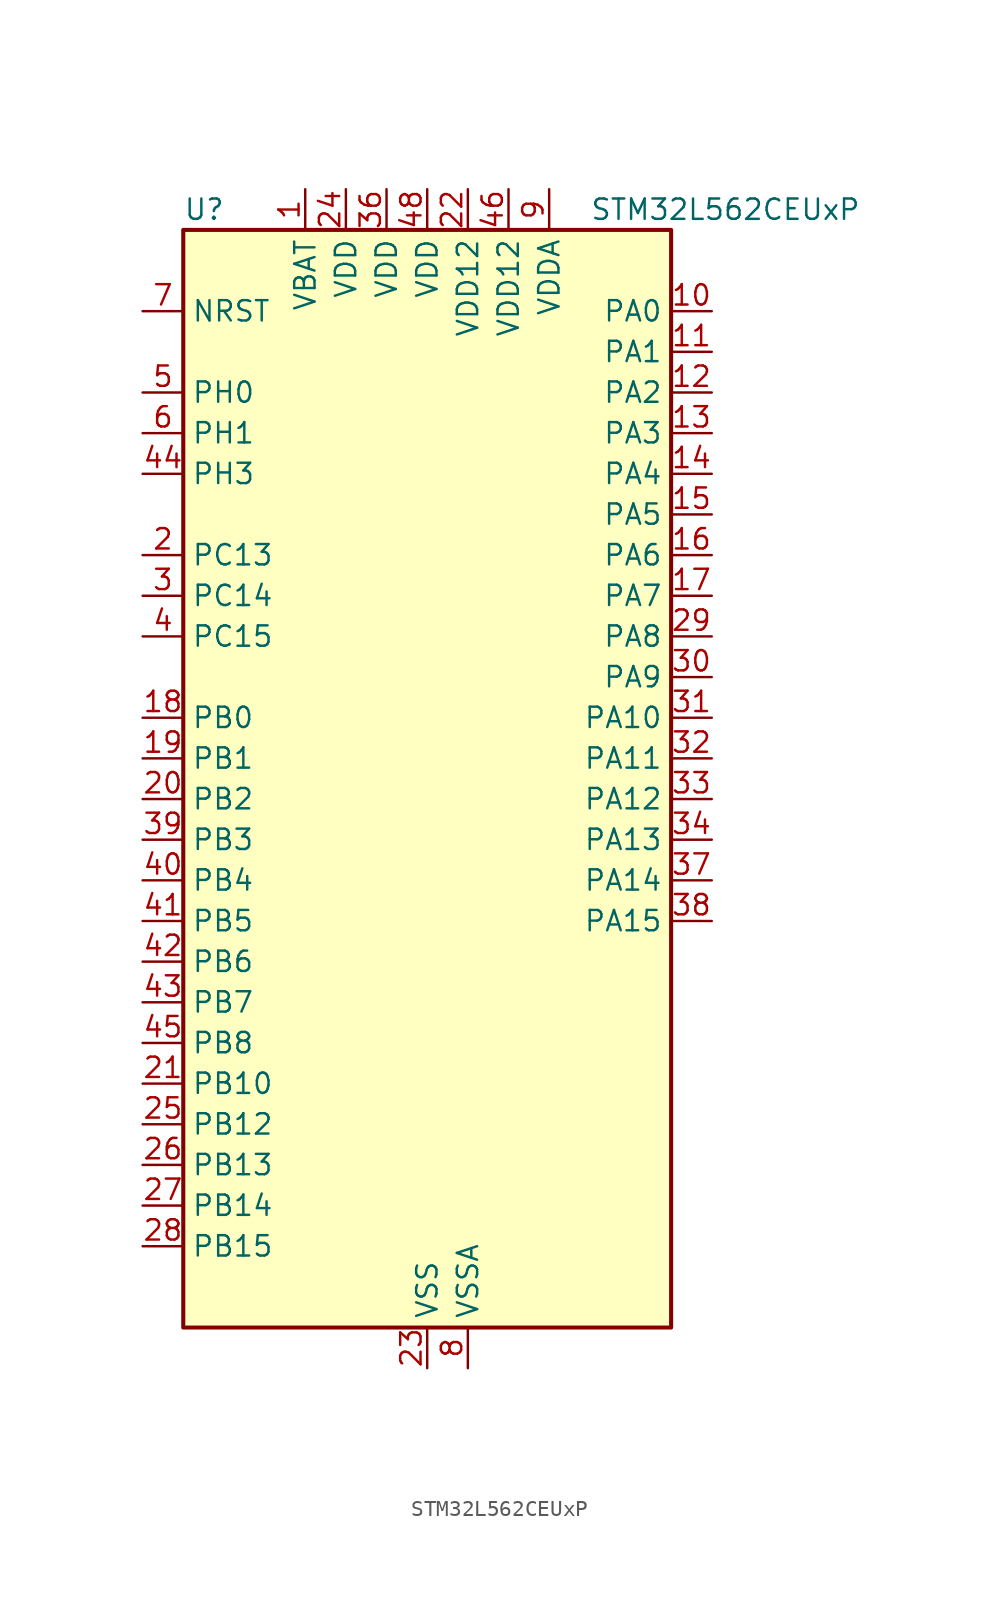
<source format=kicad_sym>
(kicad_symbol_lib
  (version 20241209)
  (generator "kicad_symbol_editor")
  (generator_version "9.0")
  (symbol "STM32L562CEUxP"
    (property "Reference" "U"
      (at -15.24 36.83 0)
      (effects (font (size 1.27 1.27)) (justify left)))
    (property "Value" "STM32L562CEUxP"
      (at 10.16 36.83 0)
      (effects (font (size 1.27 1.27)) (justify left)))
    (symbol "STM32L562CEUxP_0_1"
      (rectangle (start -15.24 -33.02) (end 15.24 35.56) (stroke (width 0.254) (type default)) (fill (type background))))
    (symbol "STM32L562CEUxP_1_1"
      (pin input line (at -17.78 30.48 0) (length 2.54) (name "NRST" (effects (font (size 1.27 1.27)))) (number "7" (effects (font (size 1.27 1.27)))))
      (pin bidirectional line (at -17.78 25.4 0) (length 2.54) (name "PH0" (effects (font (size 1.27 1.27)))) (number "5" (effects (font (size 1.27 1.27)))) (alternate "RCC_OSC_IN" bidirectional line))
      (pin bidirectional line (at -17.78 22.86 0) (length 2.54) (name "PH1" (effects (font (size 1.27 1.27)))) (number "6" (effects (font (size 1.27 1.27)))) (alternate "RCC_OSC_OUT" bidirectional line))
      (pin bidirectional line (at -17.78 20.32 0) (length 2.54) (name "PH3" (effects (font (size 1.27 1.27)))) (number "44" (effects (font (size 1.27 1.27)))))
      (pin bidirectional line (at -17.78 15.24 0) (length 2.54) (name "PC13" (effects (font (size 1.27 1.27)))) (number "2" (effects (font (size 1.27 1.27)))) (alternate "PWR_WKUP2" bidirectional line) (alternate "RTC_OUT1" bidirectional line) (alternate "RTC_TS" bidirectional line) (alternate "TAMP_IN1" bidirectional line) (alternate "TAMP_OUT2" bidirectional line))
      (pin bidirectional line (at -17.78 12.7 0) (length 2.54) (name "PC14" (effects (font (size 1.27 1.27)))) (number "3" (effects (font (size 1.27 1.27)))) (alternate "RCC_OSC32_IN" bidirectional line))
      (pin bidirectional line (at -17.78 10.16 0) (length 2.54) (name "PC15" (effects (font (size 1.27 1.27)))) (number "4" (effects (font (size 1.27 1.27)))) (alternate "ADC1_EXTI15" bidirectional line) (alternate "ADC2_EXTI15" bidirectional line) (alternate "RCC_OSC32_OUT" bidirectional line))
      (pin bidirectional line (at -17.78 5.08 0) (length 2.54) (name "PB0" (effects (font (size 1.27 1.27)))) (number "18" (effects (font (size 1.27 1.27)))) (alternate "ADC1_IN15" bidirectional line) (alternate "ADC2_IN15" bidirectional line) (alternate "COMP1_OUT" bidirectional line) (alternate "OCTOSPI1_IO1" bidirectional line) (alternate "OPAMP2_VOUT" bidirectional line) (alternate "SAI1_EXTCLK" bidirectional line) (alternate "SPI1_NSS" bidirectional line) (alternate "TIM1_CH2N" bidirectional line) (alternate "TIM3_CH3" bidirectional line) (alternate "TIM8_CH2N" bidirectional line) (alternate "USART3_CK" bidirectional line))
      (pin bidirectional line (at -17.78 2.54 0) (length 2.54) (name "PB1" (effects (font (size 1.27 1.27)))) (number "19" (effects (font (size 1.27 1.27)))) (alternate "ADC1_IN16" bidirectional line) (alternate "ADC2_IN16" bidirectional line) (alternate "COMP1_INM" bidirectional line) (alternate "DFSDM1_DATIN0" bidirectional line) (alternate "LPTIM2_IN1" bidirectional line) (alternate "LPUART1_DE" bidirectional line) (alternate "LPUART1_RTS" bidirectional line) (alternate "OCTOSPI1_IO0" bidirectional line) (alternate "TIM1_CH3N" bidirectional line) (alternate "TIM3_CH4" bidirectional line) (alternate "TIM8_CH3N" bidirectional line) (alternate "USART3_DE" bidirectional line) (alternate "USART3_RTS" bidirectional line))
      (pin bidirectional line (at -17.78 0 0) (length 2.54) (name "PB2" (effects (font (size 1.27 1.27)))) (number "20" (effects (font (size 1.27 1.27)))) (alternate "COMP1_INP" bidirectional line) (alternate "DFSDM1_CKIN0" bidirectional line) (alternate "I2C3_SMBA" bidirectional line) (alternate "LPTIM1_OUT" bidirectional line) (alternate "OCTOSPI1_DQS" bidirectional line) (alternate "RTC_OUT2" bidirectional line) (alternate "UCPD1_FRSTX1" bidirectional line))
      (pin bidirectional line (at -17.78 -2.54 0) (length 2.54) (name "PB3" (effects (font (size 1.27 1.27)))) (number "39" (effects (font (size 1.27 1.27)))) (alternate "COMP2_INM" bidirectional line) (alternate "CRS_SYNC" bidirectional line) (alternate "DEBUG_JTDO-SWO" bidirectional line) (alternate "SAI1_SCK_B" bidirectional line) (alternate "SPI1_SCK" bidirectional line) (alternate "SPI3_SCK" bidirectional line) (alternate "TIM2_CH2" bidirectional line) (alternate "USART1_DE" bidirectional line) (alternate "USART1_RTS" bidirectional line))
      (pin bidirectional line (at -17.78 -5.08 0) (length 2.54) (name "PB4" (effects (font (size 1.27 1.27)))) (number "40" (effects (font (size 1.27 1.27)))) (alternate "COMP2_INP" bidirectional line) (alternate "DEBUG_JTRST" bidirectional line) (alternate "I2C3_SDA" bidirectional line) (alternate "SAI1_MCLK_B" bidirectional line) (alternate "SPI1_MISO" bidirectional line) (alternate "SPI3_MISO" bidirectional line) (alternate "TIM17_BKIN" bidirectional line) (alternate "TIM3_CH1" bidirectional line) (alternate "TSC_G2_IO1" bidirectional line) (alternate "USART1_CTS" bidirectional line) (alternate "USART1_NSS" bidirectional line))
      (pin bidirectional line (at -17.78 -7.62 0) (length 2.54) (name "PB5" (effects (font (size 1.27 1.27)))) (number "41" (effects (font (size 1.27 1.27)))) (alternate "COMP2_OUT" bidirectional line) (alternate "I2C1_SMBA" bidirectional line) (alternate "LPTIM1_IN1" bidirectional line) (alternate "OCTOSPI1_NCLK" bidirectional line) (alternate "SAI1_SD_B" bidirectional line) (alternate "SPI1_MOSI" bidirectional line) (alternate "SPI3_MOSI" bidirectional line) (alternate "TIM16_BKIN" bidirectional line) (alternate "TIM3_CH2" bidirectional line) (alternate "TSC_G2_IO2" bidirectional line) (alternate "UCPD1_DBCC1" bidirectional line) (alternate "USART1_CK" bidirectional line))
      (pin bidirectional line (at -17.78 -10.16 0) (length 2.54) (name "PB6" (effects (font (size 1.27 1.27)))) (number "42" (effects (font (size 1.27 1.27)))) (alternate "COMP2_INP" bidirectional line) (alternate "I2C1_SCL" bidirectional line) (alternate "I2C4_SCL" bidirectional line) (alternate "LPTIM1_ETR" bidirectional line) (alternate "SAI1_FS_B" bidirectional line) (alternate "TIM16_CH1N" bidirectional line) (alternate "TIM4_CH1" bidirectional line) (alternate "TIM8_BKIN2" bidirectional line) (alternate "TSC_G2_IO3" bidirectional line) (alternate "USART1_TX" bidirectional line))
      (pin bidirectional line (at -17.78 -12.7 0) (length 2.54) (name "PB7" (effects (font (size 1.27 1.27)))) (number "43" (effects (font (size 1.27 1.27)))) (alternate "COMP2_INM" bidirectional line) (alternate "I2C1_SDA" bidirectional line) (alternate "I2C4_SDA" bidirectional line) (alternate "LPTIM1_IN2" bidirectional line) (alternate "PWR_PVD_IN" bidirectional line) (alternate "TIM17_CH1N" bidirectional line) (alternate "TIM4_CH2" bidirectional line) (alternate "TIM8_BKIN" bidirectional line) (alternate "TSC_G2_IO4" bidirectional line) (alternate "UART4_CTS" bidirectional line) (alternate "USART1_RX" bidirectional line))
      (pin bidirectional line (at -17.78 -15.24 0) (length 2.54) (name "PB8" (effects (font (size 1.27 1.27)))) (number "45" (effects (font (size 1.27 1.27)))) (alternate "DFSDM1_CKOUT" bidirectional line) (alternate "FDCAN1_RX" bidirectional line) (alternate "I2C1_SCL" bidirectional line) (alternate "SAI1_CK1" bidirectional line) (alternate "SAI1_MCLK_A" bidirectional line) (alternate "TIM16_CH1" bidirectional line) (alternate "TIM4_CH3" bidirectional line))
      (pin bidirectional line (at -17.78 -17.78 0) (length 2.54) (name "PB10" (effects (font (size 1.27 1.27)))) (number "21" (effects (font (size 1.27 1.27)))) (alternate "COMP1_OUT" bidirectional line) (alternate "I2C2_SCL" bidirectional line) (alternate "I2C4_SCL" bidirectional line) (alternate "LPTIM3_OUT" bidirectional line) (alternate "LPUART1_RX" bidirectional line) (alternate "OCTOSPI1_CLK" bidirectional line) (alternate "SAI1_SCK_A" bidirectional line) (alternate "SPI2_SCK" bidirectional line) (alternate "TIM2_CH3" bidirectional line) (alternate "TSC_SYNC" bidirectional line) (alternate "USART3_TX" bidirectional line))
      (pin bidirectional line (at -17.78 -20.32 0) (length 2.54) (name "PB12" (effects (font (size 1.27 1.27)))) (number "25" (effects (font (size 1.27 1.27)))) (alternate "DFSDM1_DATIN1" bidirectional line) (alternate "I2C2_SMBA" bidirectional line) (alternate "LPUART1_DE" bidirectional line) (alternate "LPUART1_RTS" bidirectional line) (alternate "OCTOSPI1_NCLK" bidirectional line) (alternate "SAI2_FS_A" bidirectional line) (alternate "SPI2_NSS" bidirectional line) (alternate "TIM15_BKIN" bidirectional line) (alternate "TIM1_BKIN" bidirectional line) (alternate "TSC_G1_IO1" bidirectional line) (alternate "USART3_CK" bidirectional line))
      (pin bidirectional line (at -17.78 -22.86 0) (length 2.54) (name "PB13" (effects (font (size 1.27 1.27)))) (number "26" (effects (font (size 1.27 1.27)))) (alternate "DFSDM1_CKIN1" bidirectional line) (alternate "I2C2_SCL" bidirectional line) (alternate "LPTIM3_IN1" bidirectional line) (alternate "LPUART1_CTS" bidirectional line) (alternate "SAI2_SCK_A" bidirectional line) (alternate "SPI2_SCK" bidirectional line) (alternate "TIM15_CH1N" bidirectional line) (alternate "TIM1_CH1N" bidirectional line) (alternate "TSC_G1_IO2" bidirectional line) (alternate "UCPD1_FRSTX2" bidirectional line) (alternate "USART3_CTS" bidirectional line) (alternate "USART3_NSS" bidirectional line))
      (pin bidirectional line (at -17.78 -25.4 0) (length 2.54) (name "PB14" (effects (font (size 1.27 1.27)))) (number "27" (effects (font (size 1.27 1.27)))) (alternate "DFSDM1_DATIN2" bidirectional line) (alternate "I2C2_SDA" bidirectional line) (alternate "LPTIM3_ETR" bidirectional line) (alternate "SAI2_MCLK_A" bidirectional line) (alternate "SPI2_MISO" bidirectional line) (alternate "TIM15_CH1" bidirectional line) (alternate "TIM1_CH2N" bidirectional line) (alternate "TIM8_CH2N" bidirectional line) (alternate "TSC_G1_IO3" bidirectional line) (alternate "UCPD1_DBCC2" bidirectional line) (alternate "USART3_DE" bidirectional line) (alternate "USART3_RTS" bidirectional line))
      (pin bidirectional line (at -17.78 -27.94 0) (length 2.54) (name "PB15" (effects (font (size 1.27 1.27)))) (number "28" (effects (font (size 1.27 1.27)))) (alternate "ADC1_EXTI15" bidirectional line) (alternate "ADC2_EXTI15" bidirectional line) (alternate "DFSDM1_CKIN2" bidirectional line) (alternate "RTC_REFIN" bidirectional line) (alternate "SAI2_SD_A" bidirectional line) (alternate "SPI2_MOSI" bidirectional line) (alternate "TIM15_CH2" bidirectional line) (alternate "TIM1_CH3N" bidirectional line) (alternate "TIM8_CH3N" bidirectional line) (alternate "UCPD1_CC2" bidirectional line))
      (pin power_in line (at -7.62 38.1 270) (length 2.54) (name "VBAT" (effects (font (size 1.27 1.27)))) (number "1" (effects (font (size 1.27 1.27)))))
      (pin power_in line (at -5.08 38.1 270) (length 2.54) (name "VDD" (effects (font (size 1.27 1.27)))) (number "24" (effects (font (size 1.27 1.27)))))
      (pin power_in line (at -2.54 38.1 270) (length 2.54) (name "VDD" (effects (font (size 1.27 1.27)))) (number "36" (effects (font (size 1.27 1.27)))))
      (pin power_in line (at 0 38.1 270) (length 2.54) (name "VDD" (effects (font (size 1.27 1.27)))) (number "48" (effects (font (size 1.27 1.27)))))
      (pin power_in line (at 0 -35.56 90) (length 2.54) (name "VSS" (effects (font (size 1.27 1.27)))) (number "23" (effects (font (size 1.27 1.27)))))
      (pin passive line (at 0 -35.56 90) (length 2.54) (hide yes) (name "VSS" (effects (font (size 1.27 1.27)))) (number "35" (effects (font (size 1.27 1.27)))))
      (pin passive line (at 0 -35.56 90) (length 2.54) (hide yes) (name "VSS" (effects (font (size 1.27 1.27)))) (number "47" (effects (font (size 1.27 1.27)))))
      (pin passive line (at 0 -35.56 90) (length 2.54) (hide yes) (name "VSS" (effects (font (size 1.27 1.27)))) (number "49" (effects (font (size 1.27 1.27)))))
      (pin power_in line (at 2.54 38.1 270) (length 2.54) (name "VDD12" (effects (font (size 1.27 1.27)))) (number "22" (effects (font (size 1.27 1.27)))))
      (pin power_in line (at 2.54 -35.56 90) (length 2.54) (name "VSSA" (effects (font (size 1.27 1.27)))) (number "8" (effects (font (size 1.27 1.27)))))
      (pin power_in line (at 5.08 38.1 270) (length 2.54) (name "VDD12" (effects (font (size 1.27 1.27)))) (number "46" (effects (font (size 1.27 1.27)))))
      (pin power_in line (at 7.62 38.1 270) (length 2.54) (name "VDDA" (effects (font (size 1.27 1.27)))) (number "9" (effects (font (size 1.27 1.27)))))
      (pin bidirectional line (at 17.78 30.48 180) (length 2.54) (name "PA0" (effects (font (size 1.27 1.27)))) (number "10" (effects (font (size 1.27 1.27)))) (alternate "ADC1_IN5" bidirectional line) (alternate "ADC2_IN5" bidirectional line) (alternate "OPAMP1_VINP" bidirectional line) (alternate "PWR_WKUP1" bidirectional line) (alternate "SAI1_EXTCLK" bidirectional line) (alternate "TAMP_IN2" bidirectional line) (alternate "TAMP_OUT1" bidirectional line) (alternate "TIM2_CH1" bidirectional line) (alternate "TIM2_ETR" bidirectional line) (alternate "TIM5_CH1" bidirectional line) (alternate "TIM8_ETR" bidirectional line) (alternate "UART4_TX" bidirectional line) (alternate "USART2_CTS" bidirectional line) (alternate "USART2_NSS" bidirectional line))
      (pin bidirectional line (at 17.78 27.94 180) (length 2.54) (name "PA1" (effects (font (size 1.27 1.27)))) (number "11" (effects (font (size 1.27 1.27)))) (alternate "ADC1_IN6" bidirectional line) (alternate "ADC2_IN6" bidirectional line) (alternate "I2C1_SMBA" bidirectional line) (alternate "OCTOSPI1_DQS" bidirectional line) (alternate "OPAMP1_VINM" bidirectional line) (alternate "SPI1_SCK" bidirectional line) (alternate "TAMP_IN5" bidirectional line) (alternate "TAMP_OUT4" bidirectional line) (alternate "TIM15_CH1N" bidirectional line) (alternate "TIM2_CH2" bidirectional line) (alternate "TIM5_CH2" bidirectional line) (alternate "UART4_RX" bidirectional line) (alternate "USART2_DE" bidirectional line) (alternate "USART2_RTS" bidirectional line))
      (pin bidirectional line (at 17.78 25.4 180) (length 2.54) (name "PA2" (effects (font (size 1.27 1.27)))) (number "12" (effects (font (size 1.27 1.27)))) (alternate "ADC1_IN7" bidirectional line) (alternate "ADC2_IN7" bidirectional line) (alternate "COMP1_INP" bidirectional line) (alternate "LPUART1_TX" bidirectional line) (alternate "OCTOSPI1_NCS" bidirectional line) (alternate "PWR_WKUP4" bidirectional line) (alternate "RCC_LSCO" bidirectional line) (alternate "SAI2_EXTCLK" bidirectional line) (alternate "TIM15_CH1" bidirectional line) (alternate "TIM2_CH3" bidirectional line) (alternate "TIM5_CH3" bidirectional line) (alternate "UCPD1_FRSTX1" bidirectional line) (alternate "USART2_TX" bidirectional line))
      (pin bidirectional line (at 17.78 22.86 180) (length 2.54) (name "PA3" (effects (font (size 1.27 1.27)))) (number "13" (effects (font (size 1.27 1.27)))) (alternate "ADC1_IN8" bidirectional line) (alternate "ADC2_IN8" bidirectional line) (alternate "LPUART1_RX" bidirectional line) (alternate "OCTOSPI1_CLK" bidirectional line) (alternate "OPAMP1_VOUT" bidirectional line) (alternate "SAI1_CK1" bidirectional line) (alternate "SAI1_MCLK_A" bidirectional line) (alternate "TIM15_CH2" bidirectional line) (alternate "TIM2_CH4" bidirectional line) (alternate "TIM5_CH4" bidirectional line) (alternate "USART2_RX" bidirectional line))
      (pin bidirectional line (at 17.78 20.32 180) (length 2.54) (name "PA4" (effects (font (size 1.27 1.27)))) (number "14" (effects (font (size 1.27 1.27)))) (alternate "ADC1_IN9" bidirectional line) (alternate "ADC2_IN9" bidirectional line) (alternate "DAC1_OUT1" bidirectional line) (alternate "LPTIM2_OUT" bidirectional line) (alternate "OCTOSPI1_NCS" bidirectional line) (alternate "SAI1_FS_B" bidirectional line) (alternate "SPI1_NSS" bidirectional line) (alternate "SPI3_NSS" bidirectional line) (alternate "USART2_CK" bidirectional line))
      (pin bidirectional line (at 17.78 17.78 180) (length 2.54) (name "PA5" (effects (font (size 1.27 1.27)))) (number "15" (effects (font (size 1.27 1.27)))) (alternate "ADC1_IN10" bidirectional line) (alternate "ADC2_IN10" bidirectional line) (alternate "DAC1_OUT2" bidirectional line) (alternate "LPTIM2_ETR" bidirectional line) (alternate "SPI1_SCK" bidirectional line) (alternate "TIM2_CH1" bidirectional line) (alternate "TIM2_ETR" bidirectional line) (alternate "TIM8_CH1N" bidirectional line))
      (pin bidirectional line (at 17.78 15.24 180) (length 2.54) (name "PA6" (effects (font (size 1.27 1.27)))) (number "16" (effects (font (size 1.27 1.27)))) (alternate "ADC1_IN11" bidirectional line) (alternate "ADC2_IN11" bidirectional line) (alternate "LPUART1_CTS" bidirectional line) (alternate "OCTOSPI1_IO3" bidirectional line) (alternate "OPAMP2_VINP" bidirectional line) (alternate "SPI1_MISO" bidirectional line) (alternate "TIM16_CH1" bidirectional line) (alternate "TIM1_BKIN" bidirectional line) (alternate "TIM3_CH1" bidirectional line) (alternate "TIM8_BKIN" bidirectional line) (alternate "USART3_CTS" bidirectional line) (alternate "USART3_NSS" bidirectional line))
      (pin bidirectional line (at 17.78 12.7 180) (length 2.54) (name "PA7" (effects (font (size 1.27 1.27)))) (number "17" (effects (font (size 1.27 1.27)))) (alternate "ADC1_IN12" bidirectional line) (alternate "ADC2_IN12" bidirectional line) (alternate "I2C3_SCL" bidirectional line) (alternate "OCTOSPI1_IO2" bidirectional line) (alternate "OPAMP2_VINM" bidirectional line) (alternate "SPI1_MOSI" bidirectional line) (alternate "TIM17_CH1" bidirectional line) (alternate "TIM1_CH1N" bidirectional line) (alternate "TIM3_CH2" bidirectional line) (alternate "TIM8_CH1N" bidirectional line))
      (pin bidirectional line (at 17.78 10.16 180) (length 2.54) (name "PA8" (effects (font (size 1.27 1.27)))) (number "29" (effects (font (size 1.27 1.27)))) (alternate "LPTIM2_OUT" bidirectional line) (alternate "RCC_MCO" bidirectional line) (alternate "SAI1_CK2" bidirectional line) (alternate "SAI1_SCK_A" bidirectional line) (alternate "TIM1_CH1" bidirectional line) (alternate "USART1_CK" bidirectional line))
      (pin bidirectional line (at 17.78 7.62 180) (length 2.54) (name "PA9" (effects (font (size 1.27 1.27)))) (number "30" (effects (font (size 1.27 1.27)))) (alternate "DAC1_EXTI9" bidirectional line) (alternate "SAI1_FS_A" bidirectional line) (alternate "SPI2_SCK" bidirectional line) (alternate "TIM15_BKIN" bidirectional line) (alternate "TIM1_CH2" bidirectional line) (alternate "USART1_TX" bidirectional line))
      (pin bidirectional line (at 17.78 5.08 180) (length 2.54) (name "PA10" (effects (font (size 1.27 1.27)))) (number "31" (effects (font (size 1.27 1.27)))) (alternate "CRS_SYNC" bidirectional line) (alternate "SAI1_D1" bidirectional line) (alternate "SAI1_SD_A" bidirectional line) (alternate "TIM17_BKIN" bidirectional line) (alternate "TIM1_CH3" bidirectional line) (alternate "USART1_RX" bidirectional line))
      (pin bidirectional line (at 17.78 2.54 180) (length 2.54) (name "PA11" (effects (font (size 1.27 1.27)))) (number "32" (effects (font (size 1.27 1.27)))) (alternate "ADC1_EXTI11" bidirectional line) (alternate "ADC2_EXTI11" bidirectional line) (alternate "FDCAN1_RX" bidirectional line) (alternate "SPI1_MISO" bidirectional line) (alternate "TIM1_BKIN2" bidirectional line) (alternate "TIM1_CH4" bidirectional line) (alternate "USART1_CTS" bidirectional line) (alternate "USART1_NSS" bidirectional line) (alternate "USB_DM" bidirectional line))
      (pin bidirectional line (at 17.78 0 180) (length 2.54) (name "PA12" (effects (font (size 1.27 1.27)))) (number "33" (effects (font (size 1.27 1.27)))) (alternate "FDCAN1_TX" bidirectional line) (alternate "SPI1_MOSI" bidirectional line) (alternate "TIM1_ETR" bidirectional line) (alternate "USART1_DE" bidirectional line) (alternate "USART1_RTS" bidirectional line) (alternate "USB_DP" bidirectional line))
      (pin bidirectional line (at 17.78 -2.54 180) (length 2.54) (name "PA13" (effects (font (size 1.27 1.27)))) (number "34" (effects (font (size 1.27 1.27)))) (alternate "DEBUG_JTMS-SWDIO" bidirectional line) (alternate "IR_OUT" bidirectional line) (alternate "SAI1_SD_B" bidirectional line) (alternate "USB_NOE" bidirectional line))
      (pin bidirectional line (at 17.78 -5.08 180) (length 2.54) (name "PA14" (effects (font (size 1.27 1.27)))) (number "37" (effects (font (size 1.27 1.27)))) (alternate "DEBUG_JTCK-SWCLK" bidirectional line) (alternate "I2C1_SMBA" bidirectional line) (alternate "I2C4_SMBA" bidirectional line) (alternate "LPTIM1_OUT" bidirectional line) (alternate "SAI1_FS_B" bidirectional line))
      (pin bidirectional line (at 17.78 -7.62 180) (length 2.54) (name "PA15" (effects (font (size 1.27 1.27)))) (number "38" (effects (font (size 1.27 1.27)))) (alternate "ADC1_EXTI15" bidirectional line) (alternate "ADC2_EXTI15" bidirectional line) (alternate "DEBUG_JTDI" bidirectional line) (alternate "SAI2_FS_B" bidirectional line) (alternate "SPI1_NSS" bidirectional line) (alternate "SPI3_NSS" bidirectional line) (alternate "TIM2_CH1" bidirectional line) (alternate "TIM2_ETR" bidirectional line) (alternate "UART4_DE" bidirectional line) (alternate "UART4_RTS" bidirectional line) (alternate "UCPD1_CC1" bidirectional line) (alternate "USART2_RX" bidirectional line) (alternate "USART3_DE" bidirectional line) (alternate "USART3_RTS" bidirectional line)))))
</source>
